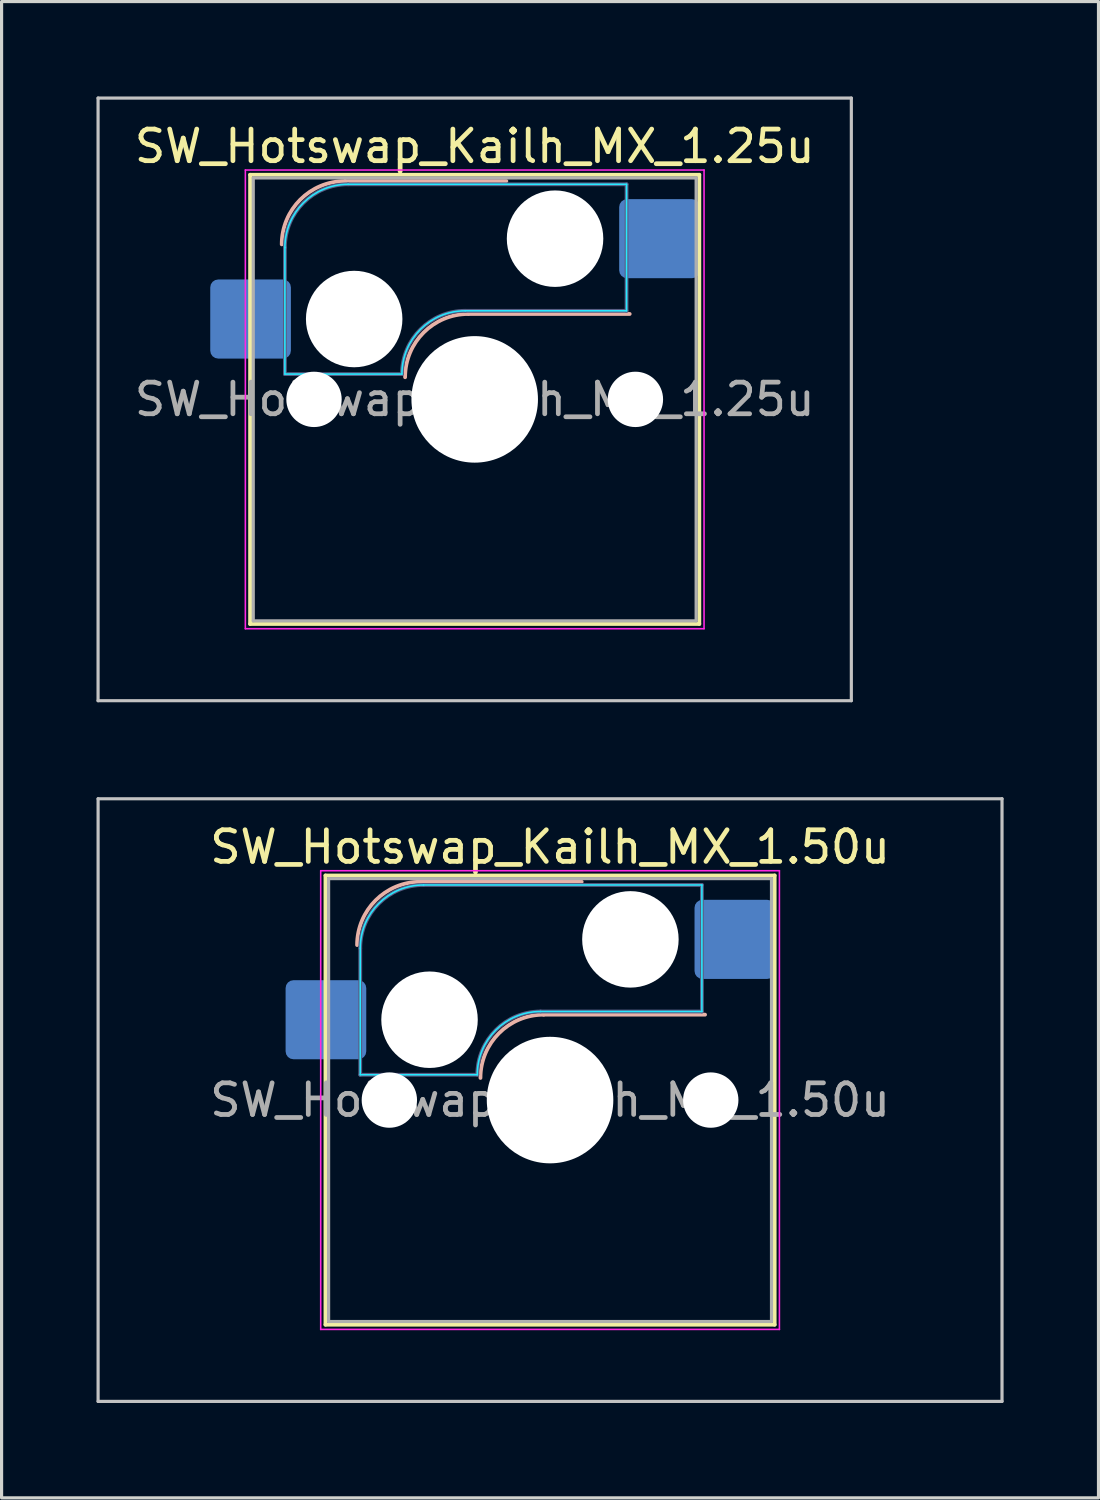
<source format=kicad_pcb>
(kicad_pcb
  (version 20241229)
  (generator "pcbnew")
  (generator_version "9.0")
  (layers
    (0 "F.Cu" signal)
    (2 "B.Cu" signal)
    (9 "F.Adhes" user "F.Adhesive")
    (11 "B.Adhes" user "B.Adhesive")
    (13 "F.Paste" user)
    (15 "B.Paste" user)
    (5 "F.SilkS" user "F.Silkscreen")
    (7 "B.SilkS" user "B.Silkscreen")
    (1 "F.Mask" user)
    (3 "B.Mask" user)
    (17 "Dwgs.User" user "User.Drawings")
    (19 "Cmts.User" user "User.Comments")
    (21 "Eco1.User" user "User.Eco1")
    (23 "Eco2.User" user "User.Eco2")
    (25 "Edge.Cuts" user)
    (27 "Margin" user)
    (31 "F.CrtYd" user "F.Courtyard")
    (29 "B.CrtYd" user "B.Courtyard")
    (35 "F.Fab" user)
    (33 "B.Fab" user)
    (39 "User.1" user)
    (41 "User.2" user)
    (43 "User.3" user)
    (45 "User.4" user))
  (footprint "SW_Hotswap_Kailh_MX_1.50u"
    (layer "F.Cu")
    (at 14.338 31.725)
    (property "Reference" "SW_Hotswap_Kailh_MX_1.50u" (at 0 -8 0) (layer "F.SilkS") (effects (font (size 1 1) (thickness 0.15))))
    (attr smd)
    (fp_line (start -7.1 -7.1) (end -7.1 7.1) (stroke (width 0.12) (type solid)) (layer "F.SilkS"))
    (fp_line (start -7.1 7.1) (end 7.1 7.1) (stroke (width 0.12) (type solid)) (layer "F.SilkS"))
    (fp_line (start 7.1 -7.1) (end -7.1 -7.1) (stroke (width 0.12) (type solid)) (layer "F.SilkS"))
    (fp_line (start 7.1 7.1) (end 7.1 -7.1) (stroke (width 0.12) (type solid)) (layer "F.SilkS"))
    (fp_line (start -4.1 -6.9) (end 1 -6.9) (stroke (width 0.12) (type solid)) (layer "B.SilkS"))
    (fp_line (start -0.2 -2.7) (end 4.9 -2.7) (stroke (width 0.12) (type solid)) (layer "B.SilkS"))
    (fp_arc (start -6.1 -4.9) (mid -5.514214 -6.314214) (end -4.1 -6.9) (stroke (width 0.12) (type solid)) (layer "B.SilkS"))
    (fp_arc (start -2.2 -0.7) (mid -1.614214 -2.114214) (end -0.2 -2.7) (stroke (width 0.12) (type solid)) (layer "B.SilkS"))
    (fp_line (start -14.287 -9.525) (end -14.287 9.525) (stroke (width 0.1) (type solid)) (layer "Dwgs.User"))
    (fp_line (start -14.287 9.525) (end 14.287 9.525) (stroke (width 0.1) (type solid)) (layer "Dwgs.User"))
    (fp_line (start 14.287 -9.525) (end -14.287 -9.525) (stroke (width 0.1) (type solid)) (layer "Dwgs.User"))
    (fp_line (start 14.287 9.525) (end 14.287 -9.525) (stroke (width 0.1) (type solid)) (layer "Dwgs.User"))
    (fp_line (start -7.8 -6) (end -7 -6) (stroke (width 0.1) (type solid)) (layer "Eco1.User"))
    (fp_line (start -7.8 -2.9) (end -7.8 -6) (stroke (width 0.1) (type solid)) (layer "Eco1.User"))
    (fp_line (start -7.8 2.9) (end -7 2.9) (stroke (width 0.1) (type solid)) (layer "Eco1.User"))
    (fp_line (start -7.8 6) (end -7.8 2.9) (stroke (width 0.1) (type solid)) (layer "Eco1.User"))
    (fp_line (start -7 -7) (end 7 -7) (stroke (width 0.1) (type solid)) (layer "Eco1.User"))
    (fp_line (start -7 -6) (end -7 -7) (stroke (width 0.1) (type solid)) (layer "Eco1.User"))
    (fp_line (start -7 -2.9) (end -7.8 -2.9) (stroke (width 0.1) (type solid)) (layer "Eco1.User"))
    (fp_line (start -7 2.9) (end -7 -2.9) (stroke (width 0.1) (type solid)) (layer "Eco1.User"))
    (fp_line (start -7 6) (end -7.8 6) (stroke (width 0.1) (type solid)) (layer "Eco1.User"))
    (fp_line (start -7 7) (end -7 6) (stroke (width 0.1) (type solid)) (layer "Eco1.User"))
    (fp_line (start 7 -7) (end 7 -6) (stroke (width 0.1) (type solid)) (layer "Eco1.User"))
    (fp_line (start 7 -6) (end 7.8 -6) (stroke (width 0.1) (type solid)) (layer "Eco1.User"))
    (fp_line (start 7 -2.9) (end 7 2.9) (stroke (width 0.1) (type solid)) (layer "Eco1.User"))
    (fp_line (start 7 2.9) (end 7.8 2.9) (stroke (width 0.1) (type solid)) (layer "Eco1.User"))
    (fp_line (start 7 6) (end 7 7) (stroke (width 0.1) (type solid)) (layer "Eco1.User"))
    (fp_line (start 7 7) (end -7 7) (stroke (width 0.1) (type solid)) (layer "Eco1.User"))
    (fp_line (start 7.8 -6) (end 7.8 -2.9) (stroke (width 0.1) (type solid)) (layer "Eco1.User"))
    (fp_line (start 7.8 -2.9) (end 7 -2.9) (stroke (width 0.1) (type solid)) (layer "Eco1.User"))
    (fp_line (start 7.8 2.9) (end 7.8 6) (stroke (width 0.1) (type solid)) (layer "Eco1.User"))
    (fp_line (start 7.8 6) (end 7 6) (stroke (width 0.1) (type solid)) (layer "Eco1.User"))
    (fp_line (start -6 -0.8) (end -6 -4.8) (stroke (width 0.05) (type solid)) (layer "B.CrtYd"))
    (fp_line (start -6 -0.8) (end -2.3 -0.8) (stroke (width 0.05) (type solid)) (layer "B.CrtYd"))
    (fp_line (start -4 -6.8) (end 4.8 -6.8) (stroke (width 0.05) (type solid)) (layer "B.CrtYd"))
    (fp_line (start -0.3 -2.8) (end 4.8 -2.8) (stroke (width 0.05) (type solid)) (layer "B.CrtYd"))
    (fp_line (start 4.8 -6.8) (end 4.8 -2.8) (stroke (width 0.05) (type solid)) (layer "B.CrtYd"))
    (fp_arc (start -6 -4.8) (mid -5.414214 -6.214214) (end -4 -6.8) (stroke (width 0.05) (type solid)) (layer "B.CrtYd"))
    (fp_arc (start -2.3 -0.8) (mid -1.714214 -2.214214) (end -0.3 -2.8) (stroke (width 0.05) (type solid)) (layer "B.CrtYd"))
    (fp_line (start -7.25 -7.25) (end -7.25 7.25) (stroke (width 0.05) (type solid)) (layer "F.CrtYd"))
    (fp_line (start -7.25 7.25) (end 7.25 7.25) (stroke (width 0.05) (type solid)) (layer "F.CrtYd"))
    (fp_line (start 7.25 -7.25) (end -7.25 -7.25) (stroke (width 0.05) (type solid)) (layer "F.CrtYd"))
    (fp_line (start 7.25 7.25) (end 7.25 -7.25) (stroke (width 0.05) (type solid)) (layer "F.CrtYd"))
    (fp_line (start -6 -0.8) (end -6 -4.8) (stroke (width 0.12) (type solid)) (layer "B.Fab"))
    (fp_line (start -6 -0.8) (end -2.3 -0.8) (stroke (width 0.12) (type solid)) (layer "B.Fab"))
    (fp_line (start -4 -6.8) (end 4.8 -6.8) (stroke (width 0.12) (type solid)) (layer "B.Fab"))
    (fp_line (start -0.3 -2.8) (end 4.8 -2.8) (stroke (width 0.12) (type solid)) (layer "B.Fab"))
    (fp_line (start 4.8 -6.8) (end 4.8 -2.8) (stroke (width 0.12) (type solid)) (layer "B.Fab"))
    (fp_arc (start -6 -4.8) (mid -5.414214 -6.214214) (end -4 -6.8) (stroke (width 0.12) (type solid)) (layer "B.Fab"))
    (fp_arc (start -2.3 -0.8) (mid -1.714214 -2.214214) (end -0.3 -2.8) (stroke (width 0.12) (type solid)) (layer "B.Fab"))
    (fp_line (start -7 -7) (end -7 7) (stroke (width 0.1) (type solid)) (layer "F.Fab"))
    (fp_line (start -7 7) (end 7 7) (stroke (width 0.1) (type solid)) (layer "F.Fab"))
    (fp_line (start 7 -7) (end -7 -7) (stroke (width 0.1) (type solid)) (layer "F.Fab"))
    (fp_line (start 7 7) (end 7 -7) (stroke (width 0.1) (type solid)) (layer "F.Fab"))
    (fp_text user "${REFERENCE}" (at 0 0 0) (layer "F.Fab") (effects (font (size 1 1) (thickness 0.15))))
    (pad "" np_thru_hole circle (at -5.08 0) (size 1.75 1.75) (drill 1.75) (layers "*.Cu" "*.Mask"))
    (pad "" np_thru_hole circle (at -3.81 -2.54) (size 3.05 3.05) (drill 3.05) (layers "*.Cu" "*.Mask"))
    (pad "" np_thru_hole circle (at 0 0) (size 4 4) (drill 4) (layers "*.Cu" "*.Mask"))
    (pad "" np_thru_hole circle (at 2.54 -5.08) (size 3.05 3.05) (drill 3.05) (layers "*.Cu" "*.Mask"))
    (pad "" np_thru_hole circle (at 5.08 0) (size 1.75 1.75) (drill 1.75) (layers "*.Cu" "*.Mask"))
    (pad "1" smd roundrect (at -7.085 -2.54) (size 2.55 2.5) (layers "B.Cu" "B.Mask" "B.Paste") (roundrect_rratio 0.1))
    (pad "2" smd roundrect (at 5.842 -5.08) (size 2.55 2.5) (layers "B.Cu" "B.Mask" "B.Paste") (roundrect_rratio 0.1)))
  (footprint "SW_Hotswap_Kailh_MX_1.25u"
    (layer "F.Cu")
    (at 11.956 9.575)
    (property "Reference" "SW_Hotswap_Kailh_MX_1.25u" (at 0 -8 0) (layer "F.SilkS") (effects (font (size 1 1) (thickness 0.15))))
    (attr smd)
    (fp_line (start -7.1 -7.1) (end -7.1 7.1) (stroke (width 0.12) (type solid)) (layer "F.SilkS"))
    (fp_line (start -7.1 7.1) (end 7.1 7.1) (stroke (width 0.12) (type solid)) (layer "F.SilkS"))
    (fp_line (start 7.1 -7.1) (end -7.1 -7.1) (stroke (width 0.12) (type solid)) (layer "F.SilkS"))
    (fp_line (start 7.1 7.1) (end 7.1 -7.1) (stroke (width 0.12) (type solid)) (layer "F.SilkS"))
    (fp_line (start -4.1 -6.9) (end 1 -6.9) (stroke (width 0.12) (type solid)) (layer "B.SilkS"))
    (fp_line (start -0.2 -2.7) (end 4.9 -2.7) (stroke (width 0.12) (type solid)) (layer "B.SilkS"))
    (fp_arc (start -6.1 -4.9) (mid -5.514214 -6.314214) (end -4.1 -6.9) (stroke (width 0.12) (type solid)) (layer "B.SilkS"))
    (fp_arc (start -2.2 -0.7) (mid -1.614214 -2.114214) (end -0.2 -2.7) (stroke (width 0.12) (type solid)) (layer "B.SilkS"))
    (fp_line (start -11.906 -9.525) (end -11.906 9.525) (stroke (width 0.1) (type solid)) (layer "Dwgs.User"))
    (fp_line (start -11.906 9.525) (end 11.906 9.525) (stroke (width 0.1) (type solid)) (layer "Dwgs.User"))
    (fp_line (start 11.906 -9.525) (end -11.906 -9.525) (stroke (width 0.1) (type solid)) (layer "Dwgs.User"))
    (fp_line (start 11.906 9.525) (end 11.906 -9.525) (stroke (width 0.1) (type solid)) (layer "Dwgs.User"))
    (fp_line (start -7.8 -6) (end -7 -6) (stroke (width 0.1) (type solid)) (layer "Eco1.User"))
    (fp_line (start -7.8 -2.9) (end -7.8 -6) (stroke (width 0.1) (type solid)) (layer "Eco1.User"))
    (fp_line (start -7.8 2.9) (end -7 2.9) (stroke (width 0.1) (type solid)) (layer "Eco1.User"))
    (fp_line (start -7.8 6) (end -7.8 2.9) (stroke (width 0.1) (type solid)) (layer "Eco1.User"))
    (fp_line (start -7 -7) (end 7 -7) (stroke (width 0.1) (type solid)) (layer "Eco1.User"))
    (fp_line (start -7 -6) (end -7 -7) (stroke (width 0.1) (type solid)) (layer "Eco1.User"))
    (fp_line (start -7 -2.9) (end -7.8 -2.9) (stroke (width 0.1) (type solid)) (layer "Eco1.User"))
    (fp_line (start -7 2.9) (end -7 -2.9) (stroke (width 0.1) (type solid)) (layer "Eco1.User"))
    (fp_line (start -7 6) (end -7.8 6) (stroke (width 0.1) (type solid)) (layer "Eco1.User"))
    (fp_line (start -7 7) (end -7 6) (stroke (width 0.1) (type solid)) (layer "Eco1.User"))
    (fp_line (start 7 -7) (end 7 -6) (stroke (width 0.1) (type solid)) (layer "Eco1.User"))
    (fp_line (start 7 -6) (end 7.8 -6) (stroke (width 0.1) (type solid)) (layer "Eco1.User"))
    (fp_line (start 7 -2.9) (end 7 2.9) (stroke (width 0.1) (type solid)) (layer "Eco1.User"))
    (fp_line (start 7 2.9) (end 7.8 2.9) (stroke (width 0.1) (type solid)) (layer "Eco1.User"))
    (fp_line (start 7 6) (end 7 7) (stroke (width 0.1) (type solid)) (layer "Eco1.User"))
    (fp_line (start 7 7) (end -7 7) (stroke (width 0.1) (type solid)) (layer "Eco1.User"))
    (fp_line (start 7.8 -6) (end 7.8 -2.9) (stroke (width 0.1) (type solid)) (layer "Eco1.User"))
    (fp_line (start 7.8 -2.9) (end 7 -2.9) (stroke (width 0.1) (type solid)) (layer "Eco1.User"))
    (fp_line (start 7.8 2.9) (end 7.8 6) (stroke (width 0.1) (type solid)) (layer "Eco1.User"))
    (fp_line (start 7.8 6) (end 7 6) (stroke (width 0.1) (type solid)) (layer "Eco1.User"))
    (fp_line (start -6 -0.8) (end -6 -4.8) (stroke (width 0.05) (type solid)) (layer "B.CrtYd"))
    (fp_line (start -6 -0.8) (end -2.3 -0.8) (stroke (width 0.05) (type solid)) (layer "B.CrtYd"))
    (fp_line (start -4 -6.8) (end 4.8 -6.8) (stroke (width 0.05) (type solid)) (layer "B.CrtYd"))
    (fp_line (start -0.3 -2.8) (end 4.8 -2.8) (stroke (width 0.05) (type solid)) (layer "B.CrtYd"))
    (fp_line (start 4.8 -6.8) (end 4.8 -2.8) (stroke (width 0.05) (type solid)) (layer "B.CrtYd"))
    (fp_arc (start -6 -4.8) (mid -5.414214 -6.214214) (end -4 -6.8) (stroke (width 0.05) (type solid)) (layer "B.CrtYd"))
    (fp_arc (start -2.3 -0.8) (mid -1.714214 -2.214214) (end -0.3 -2.8) (stroke (width 0.05) (type solid)) (layer "B.CrtYd"))
    (fp_line (start -7.25 -7.25) (end -7.25 7.25) (stroke (width 0.05) (type solid)) (layer "F.CrtYd"))
    (fp_line (start -7.25 7.25) (end 7.25 7.25) (stroke (width 0.05) (type solid)) (layer "F.CrtYd"))
    (fp_line (start 7.25 -7.25) (end -7.25 -7.25) (stroke (width 0.05) (type solid)) (layer "F.CrtYd"))
    (fp_line (start 7.25 7.25) (end 7.25 -7.25) (stroke (width 0.05) (type solid)) (layer "F.CrtYd"))
    (fp_line (start -6 -0.8) (end -6 -4.8) (stroke (width 0.12) (type solid)) (layer "B.Fab"))
    (fp_line (start -6 -0.8) (end -2.3 -0.8) (stroke (width 0.12) (type solid)) (layer "B.Fab"))
    (fp_line (start -4 -6.8) (end 4.8 -6.8) (stroke (width 0.12) (type solid)) (layer "B.Fab"))
    (fp_line (start -0.3 -2.8) (end 4.8 -2.8) (stroke (width 0.12) (type solid)) (layer "B.Fab"))
    (fp_line (start 4.8 -6.8) (end 4.8 -2.8) (stroke (width 0.12) (type solid)) (layer "B.Fab"))
    (fp_arc (start -6 -4.8) (mid -5.414214 -6.214214) (end -4 -6.8) (stroke (width 0.12) (type solid)) (layer "B.Fab"))
    (fp_arc (start -2.3 -0.8) (mid -1.714214 -2.214214) (end -0.3 -2.8) (stroke (width 0.12) (type solid)) (layer "B.Fab"))
    (fp_line (start -7 -7) (end -7 7) (stroke (width 0.1) (type solid)) (layer "F.Fab"))
    (fp_line (start -7 7) (end 7 7) (stroke (width 0.1) (type solid)) (layer "F.Fab"))
    (fp_line (start 7 -7) (end -7 -7) (stroke (width 0.1) (type solid)) (layer "F.Fab"))
    (fp_line (start 7 7) (end 7 -7) (stroke (width 0.1) (type solid)) (layer "F.Fab"))
    (fp_text user "${REFERENCE}" (at 0 0 0) (layer "F.Fab") (effects (font (size 1 1) (thickness 0.15))))
    (pad "" np_thru_hole circle (at -5.08 0) (size 1.75 1.75) (drill 1.75) (layers "*.Cu" "*.Mask"))
    (pad "" np_thru_hole circle (at -3.81 -2.54) (size 3.05 3.05) (drill 3.05) (layers "*.Cu" "*.Mask"))
    (pad "" np_thru_hole circle (at 0 0) (size 4 4) (drill 4) (layers "*.Cu" "*.Mask"))
    (pad "" np_thru_hole circle (at 2.54 -5.08) (size 3.05 3.05) (drill 3.05) (layers "*.Cu" "*.Mask"))
    (pad "" np_thru_hole circle (at 5.08 0) (size 1.75 1.75) (drill 1.75) (layers "*.Cu" "*.Mask"))
    (pad "1" smd roundrect (at -7.085 -2.54) (size 2.55 2.5) (layers "B.Cu" "B.Mask" "B.Paste") (roundrect_rratio 0.1))
    (pad "2" smd roundrect (at 5.842 -5.08) (size 2.55 2.5) (layers "B.Cu" "B.Mask" "B.Paste") (roundrect_rratio 0.1)))
  (gr_rect
    (start -3 -3)
    (end 31.675 44.3)
    (stroke (width 0.1) (type default))
    (fill no)
    (layer "Edge.Cuts")))
</source>
